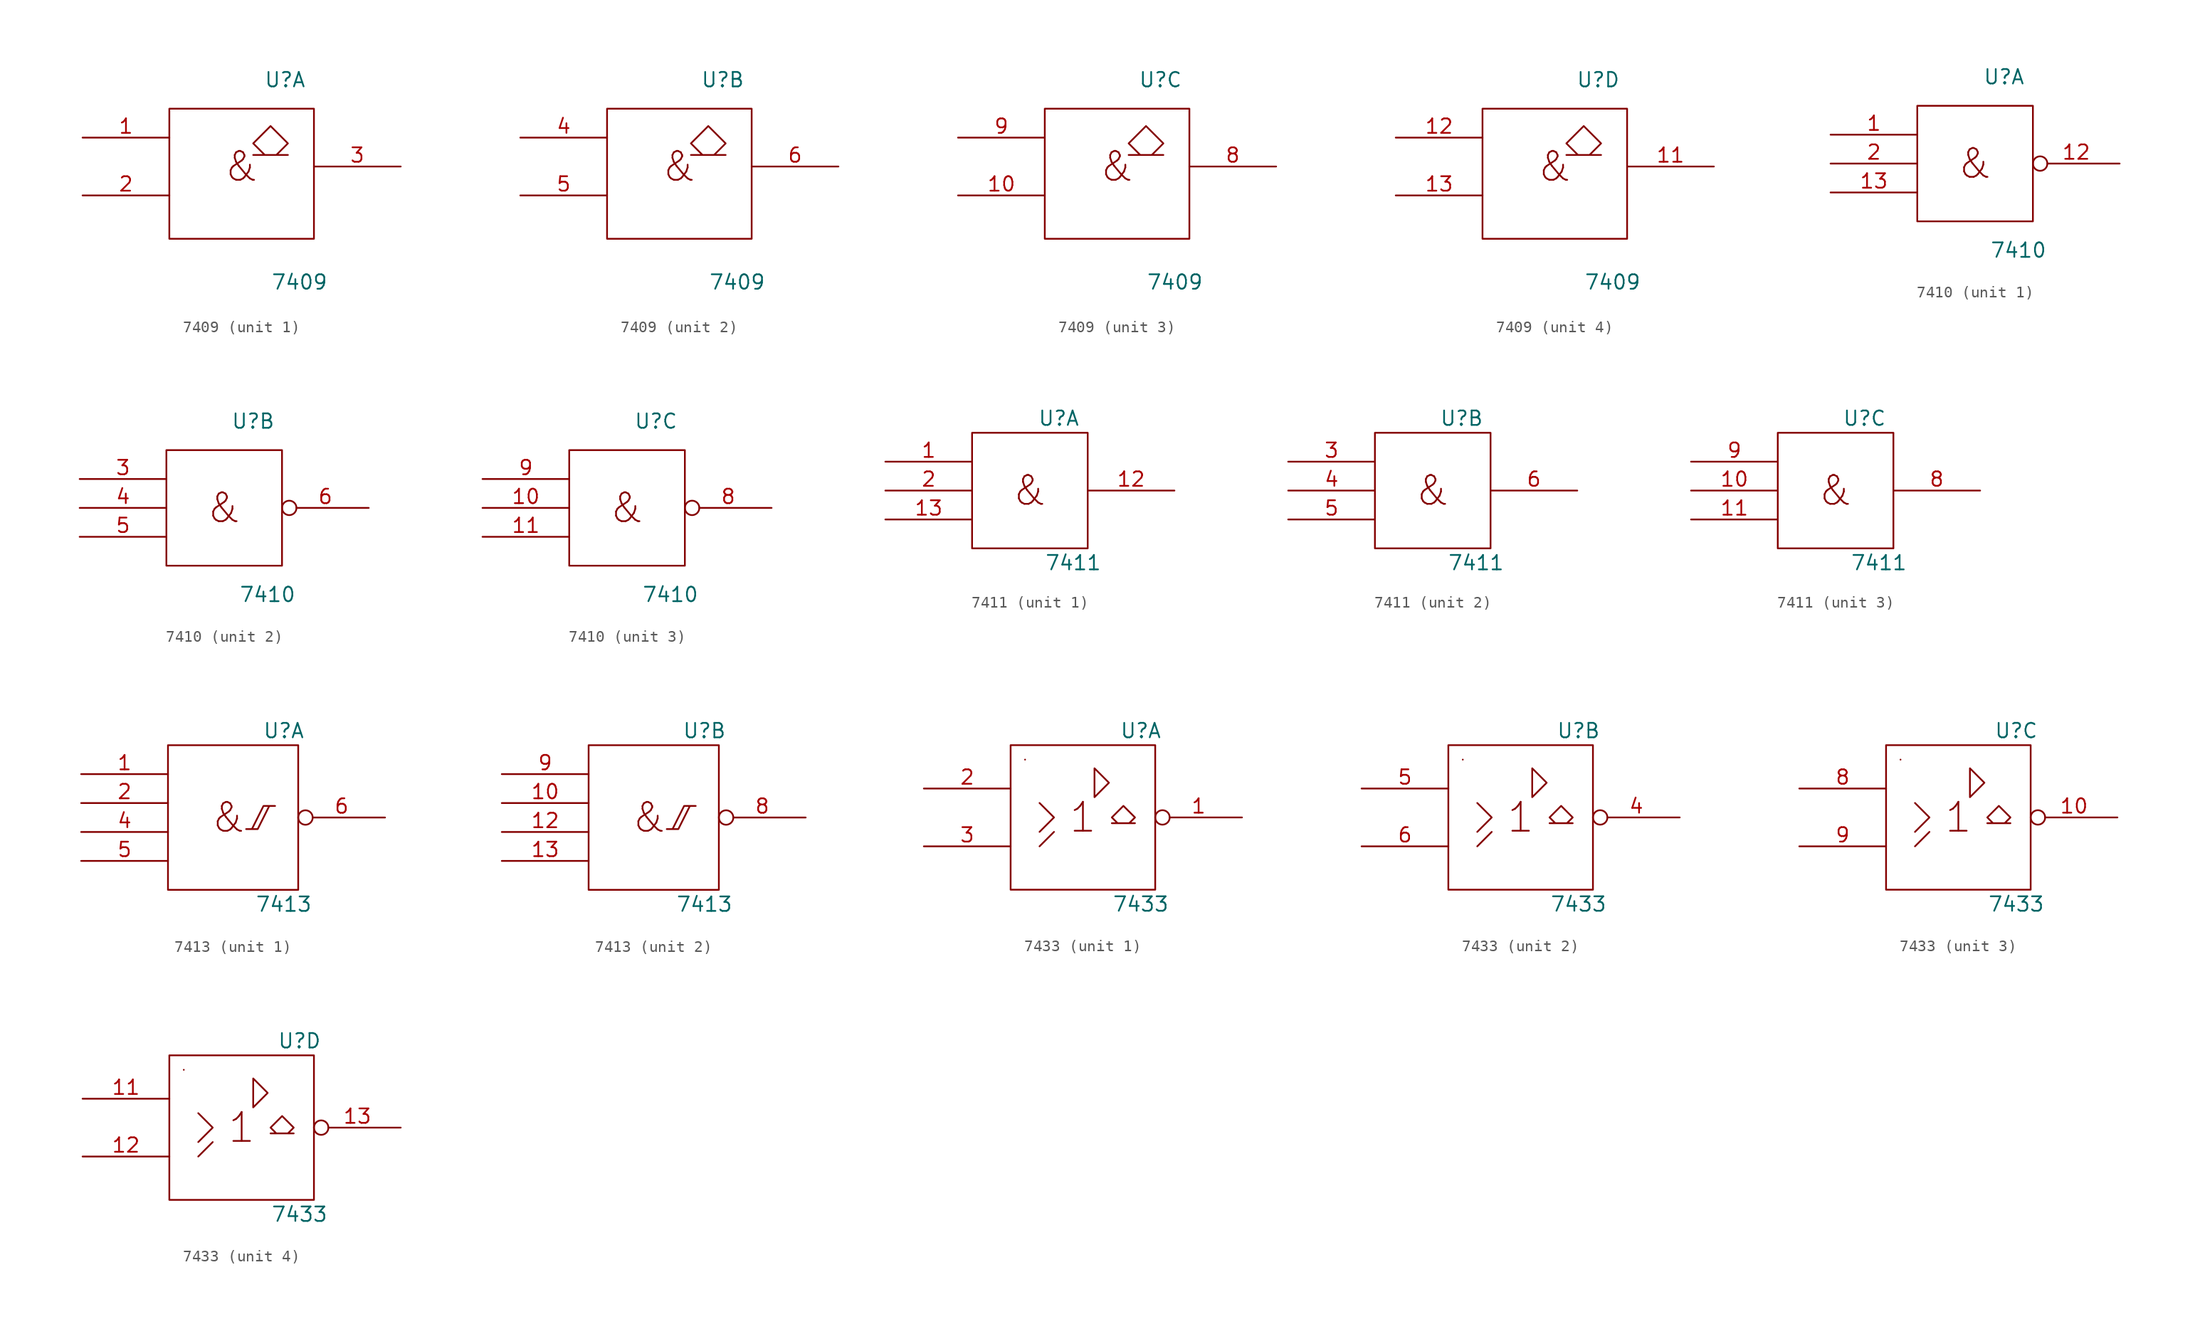
<source format=kicad_sym>
(kicad_symbol_lib
  (version 20201005)
  (generator kicad_symbol_editor)
  (symbol "74xx_IEEE:7409"
    (pin_names
      (offset 0.762))
    (property "Reference" "U"
      (at 3.81 7.62 0)
      (effects (font (size 1.27 1.27))))
    (property "Value" "7409"
      (at 5.08 -10.16 0)
      (effects (font (size 1.27 1.27))))
    (symbol "7409_0_1"
      (text "&" (at 0 0 0) (effects (font (size 2.54 2.54))))
      (rectangle (start -6.35 5.08) (end 6.35 -6.35) (stroke (width 0)) (fill (type none)))
      (polyline (pts (xy 1.016 2.032) (xy 2.032 1.016) (xy 1.016 2.032) (xy 2.54 3.556) (xy 4.064 2.032) (xy 3.048 1.016) (xy 4.064 1.016) (xy 1.016 1.016) (xy 1.016 1.016)) (stroke (width 0)) (fill (type none)))
      (pin power_in line (at 0 5.08 270) (length 0) hide (name "Vcc" (effects (font (size 1.27 1.27)))) (number "14" (effects (font (size 1.27 1.27)))))
      (pin power_in line (at 0 -6.35 90) (length 0) hide (name "Gnd" (effects (font (size 1.27 1.27)))) (number "7" (effects (font (size 1.27 1.27))))))
    (symbol "7409_1_1"
      (pin input line (at -13.97 2.54 0) (length 7.62) (name "~" (effects (font (size 1.27 1.27)))) (number "1" (effects (font (size 1.27 1.27)))))
      (pin input line (at -13.97 -2.54 0) (length 7.62) (name "~" (effects (font (size 1.27 1.27)))) (number "2" (effects (font (size 1.27 1.27)))))
      (pin open_collector line (at 13.97 0 180) (length 7.62) (name "~" (effects (font (size 1.27 1.27)))) (number "3" (effects (font (size 1.27 1.27))))))
    (symbol "7409_2_1"
      (pin input line (at -13.97 2.54 0) (length 7.62) (name "~" (effects (font (size 1.27 1.27)))) (number "4" (effects (font (size 1.27 1.27)))))
      (pin input line (at -13.97 -2.54 0) (length 7.62) (name "~" (effects (font (size 1.27 1.27)))) (number "5" (effects (font (size 1.27 1.27)))))
      (pin open_collector line (at 13.97 0 180) (length 7.62) (name "~" (effects (font (size 1.27 1.27)))) (number "6" (effects (font (size 1.27 1.27))))))
    (symbol "7409_3_1"
      (pin input line (at -13.97 -2.54 0) (length 7.62) (name "~" (effects (font (size 1.27 1.27)))) (number "10" (effects (font (size 1.27 1.27)))))
      (pin open_collector line (at 13.97 0 180) (length 7.62) (name "~" (effects (font (size 1.27 1.27)))) (number "8" (effects (font (size 1.27 1.27)))))
      (pin input line (at -13.97 2.54 0) (length 7.62) (name "~" (effects (font (size 1.27 1.27)))) (number "9" (effects (font (size 1.27 1.27))))))
    (symbol "7409_4_1"
      (pin open_collector line (at 13.97 0 180) (length 7.62) (name "~" (effects (font (size 1.27 1.27)))) (number "11" (effects (font (size 1.27 1.27)))))
      (pin input line (at -13.97 2.54 0) (length 7.62) (name "~" (effects (font (size 1.27 1.27)))) (number "12" (effects (font (size 1.27 1.27)))))
      (pin input line (at -13.97 -2.54 0) (length 7.62) (name "~" (effects (font (size 1.27 1.27)))) (number "13" (effects (font (size 1.27 1.27)))))))
  (symbol "74xx_IEEE:7410"
    (pin_names
      (offset 0.762))
    (property "Reference" "U"
      (at 2.54 7.62 0)
      (effects (font (size 1.27 1.27))))
    (property "Value" "7410"
      (at 3.81 -7.62 0)
      (effects (font (size 1.27 1.27))))
    (symbol "7410_0_0"
      (text "&" (at 0 0 0) (effects (font (size 2.54 2.54)))))
    (symbol "7410_0_1"
      (rectangle (start -5.08 5.08) (end 5.08 -5.08) (stroke (width 0)) (fill (type none)))
      (pin power_in line (at 0 5.08 270) (length 0) hide (name "Vcc" (effects (font (size 1.27 1.27)))) (number "14" (effects (font (size 1.27 1.27)))))
      (pin power_in line (at 0 -5.08 90) (length 0) hide (name "Gnd" (effects (font (size 1.27 1.27)))) (number "7" (effects (font (size 1.27 1.27))))))
    (symbol "7410_1_1"
      (pin input line (at -12.7 2.54 0) (length 7.62) (name "~" (effects (font (size 1.27 1.27)))) (number "1" (effects (font (size 1.27 1.27)))))
      (pin output inverted (at 12.7 0 180) (length 7.62) (name "~" (effects (font (size 1.27 1.27)))) (number "12" (effects (font (size 1.27 1.27)))))
      (pin input line (at -12.7 -2.54 0) (length 7.62) (name "~" (effects (font (size 1.27 1.27)))) (number "13" (effects (font (size 1.27 1.27)))))
      (pin input line (at -12.7 0 0) (length 7.62) (name "~" (effects (font (size 1.27 1.27)))) (number "2" (effects (font (size 1.27 1.27))))))
    (symbol "7410_2_1"
      (pin input line (at -12.7 2.54 0) (length 7.62) (name "~" (effects (font (size 1.27 1.27)))) (number "3" (effects (font (size 1.27 1.27)))))
      (pin input line (at -12.7 0 0) (length 7.62) (name "~" (effects (font (size 1.27 1.27)))) (number "4" (effects (font (size 1.27 1.27)))))
      (pin input line (at -12.7 -2.54 0) (length 7.62) (name "~" (effects (font (size 1.27 1.27)))) (number "5" (effects (font (size 1.27 1.27)))))
      (pin output inverted (at 12.7 0 180) (length 7.62) (name "~" (effects (font (size 1.27 1.27)))) (number "6" (effects (font (size 1.27 1.27))))))
    (symbol "7410_3_1"
      (pin input line (at -12.7 0 0) (length 7.62) (name "~" (effects (font (size 1.27 1.27)))) (number "10" (effects (font (size 1.27 1.27)))))
      (pin input line (at -12.7 -2.54 0) (length 7.62) (name "~" (effects (font (size 1.27 1.27)))) (number "11" (effects (font (size 1.27 1.27)))))
      (pin output inverted (at 12.7 0 180) (length 7.62) (name "~" (effects (font (size 1.27 1.27)))) (number "8" (effects (font (size 1.27 1.27)))))
      (pin input line (at -12.7 2.54 0) (length 7.62) (name "~" (effects (font (size 1.27 1.27)))) (number "9" (effects (font (size 1.27 1.27)))))))
  (symbol "74xx_IEEE:7411"
    (pin_names
      (offset 0.762))
    (property "Reference" "U"
      (at 2.54 6.35 0)
      (effects (font (size 1.27 1.27))))
    (property "Value" "7411"
      (at 3.81 -6.35 0)
      (effects (font (size 1.27 1.27))))
    (symbol "7411_0_0"
      (text "&" (at 0 0 0) (effects (font (size 2.54 2.54)))))
    (symbol "7411_0_1"
      (rectangle (start -5.08 5.08) (end 5.08 -5.08) (stroke (width 0)) (fill (type none)))
      (pin power_in line (at 0 5.08 270) (length 0) hide (name "Vcc" (effects (font (size 1.27 1.27)))) (number "14" (effects (font (size 1.27 1.27)))))
      (pin power_in line (at 0 -5.08 90) (length 0) hide (name "Gnd" (effects (font (size 1.27 1.27)))) (number "7" (effects (font (size 1.27 1.27))))))
    (symbol "7411_1_1"
      (pin input line (at -12.7 2.54 0) (length 7.62) (name "~" (effects (font (size 1.27 1.27)))) (number "1" (effects (font (size 1.27 1.27)))))
      (pin output line (at 12.7 0 180) (length 7.62) (name "~" (effects (font (size 1.27 1.27)))) (number "12" (effects (font (size 1.27 1.27)))))
      (pin input line (at -12.7 -2.54 0) (length 7.62) (name "~" (effects (font (size 1.27 1.27)))) (number "13" (effects (font (size 1.27 1.27)))))
      (pin input line (at -12.7 0 0) (length 7.62) (name "~" (effects (font (size 1.27 1.27)))) (number "2" (effects (font (size 1.27 1.27))))))
    (symbol "7411_2_1"
      (pin input line (at -12.7 2.54 0) (length 7.62) (name "~" (effects (font (size 1.27 1.27)))) (number "3" (effects (font (size 1.27 1.27)))))
      (pin input line (at -12.7 0 0) (length 7.62) (name "~" (effects (font (size 1.27 1.27)))) (number "4" (effects (font (size 1.27 1.27)))))
      (pin input line (at -12.7 -2.54 0) (length 7.62) (name "~" (effects (font (size 1.27 1.27)))) (number "5" (effects (font (size 1.27 1.27)))))
      (pin output line (at 12.7 0 180) (length 7.62) (name "~" (effects (font (size 1.27 1.27)))) (number "6" (effects (font (size 1.27 1.27))))))
    (symbol "7411_3_1"
      (pin input line (at -12.7 0 0) (length 7.62) (name "~" (effects (font (size 1.27 1.27)))) (number "10" (effects (font (size 1.27 1.27)))))
      (pin input line (at -12.7 -2.54 0) (length 7.62) (name "~" (effects (font (size 1.27 1.27)))) (number "11" (effects (font (size 1.27 1.27)))))
      (pin output line (at 12.7 0 180) (length 7.62) (name "~" (effects (font (size 1.27 1.27)))) (number "8" (effects (font (size 1.27 1.27)))))
      (pin input line (at -12.7 2.54 0) (length 7.62) (name "~" (effects (font (size 1.27 1.27)))) (number "9" (effects (font (size 1.27 1.27)))))))
  (symbol "74xx_IEEE:7413"
    (pin_names
      (offset 0.762))
    (property "Reference" "U"
      (at 3.81 7.62 0)
      (effects (font (size 1.27 1.27))))
    (property "Value" "7413"
      (at 3.81 -7.62 0)
      (effects (font (size 1.27 1.27))))
    (symbol "7413_0_0"
      (text "&" (at -1.016 0 0) (effects (font (size 2.54 2.54))))
      (polyline (pts (xy 0.508 -1.016) (xy 1.524 -1.016) (xy 2.54 1.016) (xy 3.048 1.016) (xy 2.032 1.016) (xy 1.016 -1.016) (xy 1.016 -1.016)) (stroke (width 0)) (fill (type none))))
    (symbol "7413_0_1"
      (rectangle (start -6.35 6.35) (end 5.08 -6.35) (stroke (width 0)) (fill (type none)))
      (pin power_in line (at 0 6.35 270) (length 0) hide (name "Vdd" (effects (font (size 1.27 1.27)))) (number "14" (effects (font (size 1.27 1.27)))))
      (pin power_in line (at 0 -6.35 90) (length 0) hide (name "Vss" (effects (font (size 1.27 1.27)))) (number "7" (effects (font (size 1.27 1.27))))))
    (symbol "7413_1_1"
      (pin input line (at -13.97 3.81 0) (length 7.62) (name "~" (effects (font (size 1.27 1.27)))) (number "1" (effects (font (size 1.27 1.27)))))
      (pin input line (at -13.97 1.27 0) (length 7.62) (name "~" (effects (font (size 1.27 1.27)))) (number "2" (effects (font (size 1.27 1.27)))))
      (pin input line (at -13.97 -1.27 0) (length 7.62) (name "~" (effects (font (size 1.27 1.27)))) (number "4" (effects (font (size 1.27 1.27)))))
      (pin input line (at -13.97 -3.81 0) (length 7.62) (name "~" (effects (font (size 1.27 1.27)))) (number "5" (effects (font (size 1.27 1.27)))))
      (pin output inverted (at 12.7 0 180) (length 7.62) (name "~" (effects (font (size 1.27 1.27)))) (number "6" (effects (font (size 1.27 1.27))))))
    (symbol "7413_2_1"
      (pin input line (at -13.97 1.27 0) (length 7.62) (name "~" (effects (font (size 1.27 1.27)))) (number "10" (effects (font (size 1.27 1.27)))))
      (pin input line (at -13.97 -1.27 0) (length 7.62) (name "~" (effects (font (size 1.27 1.27)))) (number "12" (effects (font (size 1.27 1.27)))))
      (pin input line (at -13.97 -3.81 0) (length 7.62) (name "~" (effects (font (size 1.27 1.27)))) (number "13" (effects (font (size 1.27 1.27)))))
      (pin output inverted (at 12.7 0 180) (length 7.62) (name "~" (effects (font (size 1.27 1.27)))) (number "8" (effects (font (size 1.27 1.27)))))
      (pin input line (at -13.97 3.81 0) (length 7.62) (name "~" (effects (font (size 1.27 1.27)))) (number "9" (effects (font (size 1.27 1.27)))))))
  (symbol "74xx_IEEE:7433"
    (pin_names
      (offset 0.762))
    (property "Reference" "U"
      (at 5.08 7.62 0)
      (effects (font (size 1.27 1.27))))
    (property "Value" "7433"
      (at 5.08 -7.62 0)
      (effects (font (size 1.27 1.27))))
    (symbol "7433_0_0"
      (text "1" (at 0 0 0) (effects (font (size 2.54 2.54))))
      (rectangle (start -5.08 5.08) (end -5.08 5.08) (stroke (width 0)) (fill (type none)))
      (polyline (pts (xy -3.81 -2.54) (xy -2.54 -1.27) (xy -2.54 -1.27)) (stroke (width 0)) (fill (type none)))
      (polyline (pts (xy -3.81 1.27) (xy -2.54 0) (xy -3.81 -1.27) (xy -3.81 -1.27)) (stroke (width 0)) (fill (type none)))
      (polyline (pts (xy 1.016 4.318) (xy 1.016 1.778) (xy 2.286 3.048) (xy 1.016 4.318) (xy 1.016 4.318)) (stroke (width 0)) (fill (type none)))
      (pin power_in line (at 0 6.35 270) (length 0) hide (name "VCC" (effects (font (size 1.27 1.27)))) (number "14" (effects (font (size 1.27 1.27)))))
      (pin power_in line (at 0 -6.35 90) (length 0) hide (name "GND" (effects (font (size 1.27 1.27)))) (number "7" (effects (font (size 1.27 1.27))))))
    (symbol "7433_0_1"
      (rectangle (start -6.35 6.35) (end 6.35 -6.35) (stroke (width 0)) (fill (type none)))
      (polyline (pts (xy 3.556 1.016) (xy 4.572 0) (xy 4.064 -0.508) (xy 4.572 -0.508) (xy 2.54 -0.508) (xy 3.556 -0.508) (xy 3.556 -0.508) (xy 3.048 -0.508) (xy 2.54 0) (xy 3.556 1.016) (xy 3.556 1.016)) (stroke (width 0)) (fill (type none))))
    (symbol "7433_1_1"
      (pin open_collector inverted (at 13.97 0 180) (length 7.62) (name "~" (effects (font (size 1.27 1.27)))) (number "1" (effects (font (size 1.27 1.27)))))
      (pin input line (at -13.97 2.54 0) (length 7.62) (name "~" (effects (font (size 1.27 1.27)))) (number "2" (effects (font (size 1.27 1.27)))))
      (pin input line (at -13.97 -2.54 0) (length 7.62) (name "~" (effects (font (size 1.27 1.27)))) (number "3" (effects (font (size 1.27 1.27))))))
    (symbol "7433_2_1"
      (pin open_collector inverted (at 13.97 0 180) (length 7.62) (name "~" (effects (font (size 1.27 1.27)))) (number "4" (effects (font (size 1.27 1.27)))))
      (pin input line (at -13.97 2.54 0) (length 7.62) (name "~" (effects (font (size 1.27 1.27)))) (number "5" (effects (font (size 1.27 1.27)))))
      (pin input line (at -13.97 -2.54 0) (length 7.62) (name "~" (effects (font (size 1.27 1.27)))) (number "6" (effects (font (size 1.27 1.27))))))
    (symbol "7433_3_1"
      (pin open_collector inverted (at 13.97 0 180) (length 7.62) (name "~" (effects (font (size 1.27 1.27)))) (number "10" (effects (font (size 1.27 1.27)))))
      (pin input line (at -13.97 2.54 0) (length 7.62) (name "~" (effects (font (size 1.27 1.27)))) (number "8" (effects (font (size 1.27 1.27)))))
      (pin input line (at -13.97 -2.54 0) (length 7.62) (name "~" (effects (font (size 1.27 1.27)))) (number "9" (effects (font (size 1.27 1.27))))))
    (symbol "7433_4_1"
      (pin input line (at -13.97 2.54 0) (length 7.62) (name "~" (effects (font (size 1.27 1.27)))) (number "11" (effects (font (size 1.27 1.27)))))
      (pin input line (at -13.97 -2.54 0) (length 7.62) (name "~" (effects (font (size 1.27 1.27)))) (number "12" (effects (font (size 1.27 1.27)))))
      (pin open_collector inverted (at 13.97 0 180) (length 7.62) (name "~" (effects (font (size 1.27 1.27)))) (number "13" (effects (font (size 1.27 1.27))))))))
</source>
